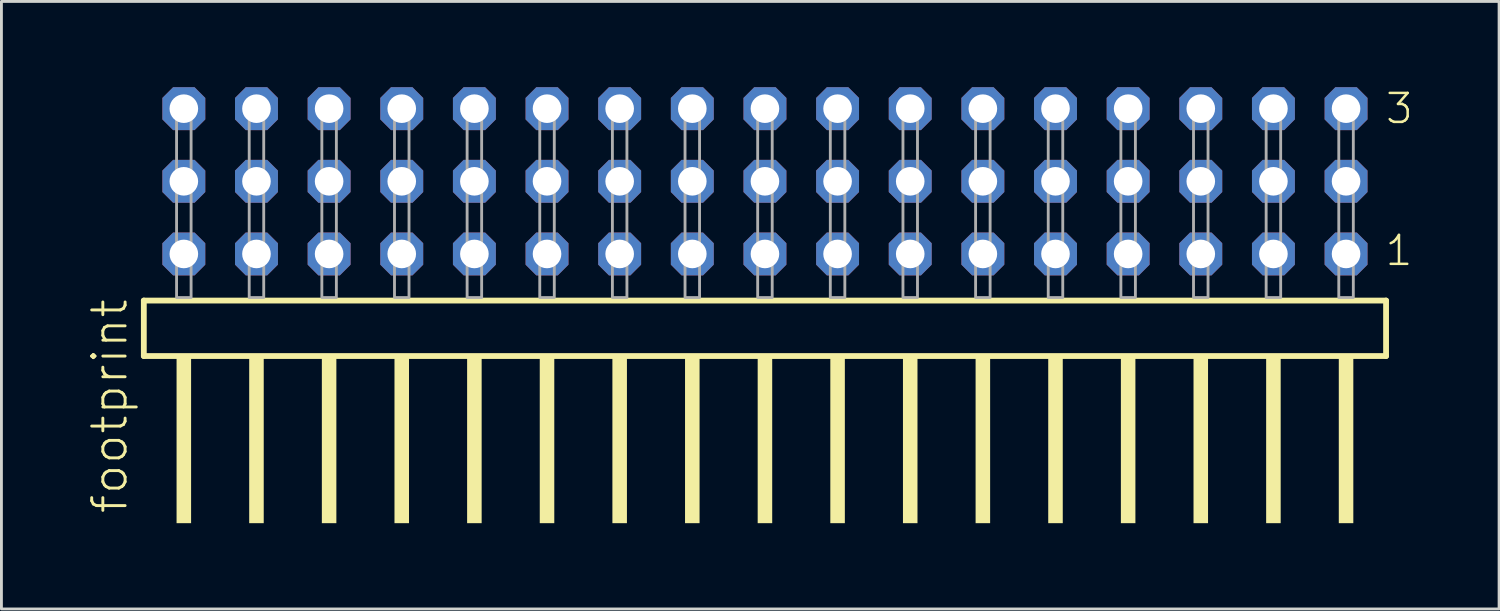
<source format=kicad_pcb>
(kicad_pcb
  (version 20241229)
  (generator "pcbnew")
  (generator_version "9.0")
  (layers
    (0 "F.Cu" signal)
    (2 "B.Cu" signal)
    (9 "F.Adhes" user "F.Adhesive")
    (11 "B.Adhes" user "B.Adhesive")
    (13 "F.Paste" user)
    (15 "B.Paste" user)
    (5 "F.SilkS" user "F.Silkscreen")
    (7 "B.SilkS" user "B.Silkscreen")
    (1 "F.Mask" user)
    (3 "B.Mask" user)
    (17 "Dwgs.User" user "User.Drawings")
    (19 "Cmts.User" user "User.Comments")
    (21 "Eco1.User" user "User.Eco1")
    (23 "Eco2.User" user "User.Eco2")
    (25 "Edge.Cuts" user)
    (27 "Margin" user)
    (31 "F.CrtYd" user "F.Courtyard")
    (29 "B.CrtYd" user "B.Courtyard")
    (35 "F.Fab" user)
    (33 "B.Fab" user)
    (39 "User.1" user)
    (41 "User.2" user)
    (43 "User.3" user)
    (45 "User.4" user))
  (footprint "footprint"
    (layer "F.Cu")
    (at 23.698 7.354)
    (property "Reference" "footprint" (at -22.225 7.62 90) (layer "F.SilkS") (effects (font (size 1.168 1.168) (thickness 0.102)) (justify left bottom)))
    (fp_line (start -21.719 0.106) (end -21.719 2.046) (stroke (width 0.203) (type solid)) (layer "F.SilkS"))
    (fp_line (start -21.719 2.046) (end 21.719 2.046) (stroke (width 0.203) (type solid)) (layer "F.SilkS"))
    (fp_line (start 21.719 0.106) (end -21.719 0.106) (stroke (width 0.203) (type solid)) (layer "F.SilkS"))
    (fp_line (start 21.719 2.046) (end 21.719 0.106) (stroke (width 0.203) (type solid)) (layer "F.SilkS"))
    (fp_poly (pts (xy -20.574 7.89) (xy -20.066 7.89) (xy -20.066 2.04) (xy -20.574 2.04)) (stroke (width 0) (type solid)) (fill yes) (layer "F.SilkS"))
    (fp_poly (pts (xy -18.034 7.89) (xy -17.526 7.89) (xy -17.526 2.04) (xy -18.034 2.04)) (stroke (width 0) (type solid)) (fill yes) (layer "F.SilkS"))
    (fp_poly (pts (xy -15.494 7.89) (xy -14.986 7.89) (xy -14.986 2.04) (xy -15.494 2.04)) (stroke (width 0) (type solid)) (fill yes) (layer "F.SilkS"))
    (fp_poly (pts (xy -12.954 7.89) (xy -12.446 7.89) (xy -12.446 2.04) (xy -12.954 2.04)) (stroke (width 0) (type solid)) (fill yes) (layer "F.SilkS"))
    (fp_poly (pts (xy -10.414 7.89) (xy -9.906 7.89) (xy -9.906 2.04) (xy -10.414 2.04)) (stroke (width 0) (type solid)) (fill yes) (layer "F.SilkS"))
    (fp_poly (pts (xy -7.874 7.89) (xy -7.366 7.89) (xy -7.366 2.04) (xy -7.874 2.04)) (stroke (width 0) (type solid)) (fill yes) (layer "F.SilkS"))
    (fp_poly (pts (xy -5.334 7.89) (xy -4.826 7.89) (xy -4.826 2.04) (xy -5.334 2.04)) (stroke (width 0) (type solid)) (fill yes) (layer "F.SilkS"))
    (fp_poly (pts (xy -2.794 7.89) (xy -2.286 7.89) (xy -2.286 2.04) (xy -2.794 2.04)) (stroke (width 0) (type solid)) (fill yes) (layer "F.SilkS"))
    (fp_poly (pts (xy -0.254 7.89) (xy 0.254 7.89) (xy 0.254 2.04) (xy -0.254 2.04)) (stroke (width 0) (type solid)) (fill yes) (layer "F.SilkS"))
    (fp_poly (pts (xy 2.286 7.89) (xy 2.794 7.89) (xy 2.794 2.04) (xy 2.286 2.04)) (stroke (width 0) (type solid)) (fill yes) (layer "F.SilkS"))
    (fp_poly (pts (xy 4.826 7.89) (xy 5.334 7.89) (xy 5.334 2.04) (xy 4.826 2.04)) (stroke (width 0) (type solid)) (fill yes) (layer "F.SilkS"))
    (fp_poly (pts (xy 7.366 7.89) (xy 7.874 7.89) (xy 7.874 2.04) (xy 7.366 2.04)) (stroke (width 0) (type solid)) (fill yes) (layer "F.SilkS"))
    (fp_poly (pts (xy 9.906 7.89) (xy 10.414 7.89) (xy 10.414 2.04) (xy 9.906 2.04)) (stroke (width 0) (type solid)) (fill yes) (layer "F.SilkS"))
    (fp_poly (pts (xy 12.446 7.89) (xy 12.954 7.89) (xy 12.954 2.04) (xy 12.446 2.04)) (stroke (width 0) (type solid)) (fill yes) (layer "F.SilkS"))
    (fp_poly (pts (xy 14.986 7.89) (xy 15.494 7.89) (xy 15.494 2.04) (xy 14.986 2.04)) (stroke (width 0) (type solid)) (fill yes) (layer "F.SilkS"))
    (fp_poly (pts (xy 17.526 7.89) (xy 18.034 7.89) (xy 18.034 2.04) (xy 17.526 2.04)) (stroke (width 0) (type solid)) (fill yes) (layer "F.SilkS"))
    (fp_poly (pts (xy 20.066 7.89) (xy 20.574 7.89) (xy 20.574 2.04) (xy 20.066 2.04)) (stroke (width 0) (type solid)) (fill yes) (layer "F.SilkS"))
    (fp_poly (pts (xy -20.574 0) (xy -20.066 0) (xy -20.066 -6.858) (xy -20.574 -6.858)) (stroke (width 0.1) (type solid)) (fill no) (layer "F.Fab"))
    (fp_poly (pts (xy -18.034 0) (xy -17.526 0) (xy -17.526 -6.858) (xy -18.034 -6.858)) (stroke (width 0.1) (type solid)) (fill no) (layer "F.Fab"))
    (fp_poly (pts (xy -15.494 0) (xy -14.986 0) (xy -14.986 -6.858) (xy -15.494 -6.858)) (stroke (width 0.1) (type solid)) (fill no) (layer "F.Fab"))
    (fp_poly (pts (xy -12.954 0) (xy -12.446 0) (xy -12.446 -6.858) (xy -12.954 -6.858)) (stroke (width 0.1) (type solid)) (fill no) (layer "F.Fab"))
    (fp_poly (pts (xy -10.414 0) (xy -9.906 0) (xy -9.906 -6.858) (xy -10.414 -6.858)) (stroke (width 0.1) (type solid)) (fill no) (layer "F.Fab"))
    (fp_poly (pts (xy -7.874 0) (xy -7.366 0) (xy -7.366 -6.858) (xy -7.874 -6.858)) (stroke (width 0.1) (type solid)) (fill no) (layer "F.Fab"))
    (fp_poly (pts (xy -5.334 0) (xy -4.826 0) (xy -4.826 -6.858) (xy -5.334 -6.858)) (stroke (width 0.1) (type solid)) (fill no) (layer "F.Fab"))
    (fp_poly (pts (xy -2.794 0) (xy -2.286 0) (xy -2.286 -6.858) (xy -2.794 -6.858)) (stroke (width 0.1) (type solid)) (fill no) (layer "F.Fab"))
    (fp_poly (pts (xy -0.254 0) (xy 0.254 0) (xy 0.254 -6.858) (xy -0.254 -6.858)) (stroke (width 0.1) (type solid)) (fill no) (layer "F.Fab"))
    (fp_poly (pts (xy 2.286 0) (xy 2.794 0) (xy 2.794 -6.858) (xy 2.286 -6.858)) (stroke (width 0.1) (type solid)) (fill no) (layer "F.Fab"))
    (fp_poly (pts (xy 4.826 0) (xy 5.334 0) (xy 5.334 -6.858) (xy 4.826 -6.858)) (stroke (width 0.1) (type solid)) (fill no) (layer "F.Fab"))
    (fp_poly (pts (xy 7.366 0) (xy 7.874 0) (xy 7.874 -6.858) (xy 7.366 -6.858)) (stroke (width 0.1) (type solid)) (fill no) (layer "F.Fab"))
    (fp_poly (pts (xy 9.906 0) (xy 10.414 0) (xy 10.414 -6.858) (xy 9.906 -6.858)) (stroke (width 0.1) (type solid)) (fill no) (layer "F.Fab"))
    (fp_poly (pts (xy 12.446 0) (xy 12.954 0) (xy 12.954 -6.858) (xy 12.446 -6.858)) (stroke (width 0.1) (type solid)) (fill no) (layer "F.Fab"))
    (fp_poly (pts (xy 14.986 0) (xy 15.494 0) (xy 15.494 -6.858) (xy 14.986 -6.858)) (stroke (width 0.1) (type solid)) (fill no) (layer "F.Fab"))
    (fp_poly (pts (xy 17.526 0) (xy 18.034 0) (xy 18.034 -6.858) (xy 17.526 -6.858)) (stroke (width 0.1) (type solid)) (fill no) (layer "F.Fab"))
    (fp_poly (pts (xy 20.066 0) (xy 20.574 0) (xy 20.574 -6.858) (xy 20.066 -6.858)) (stroke (width 0.1) (type solid)) (fill no) (layer "F.Fab"))
    (fp_text user "1" (at 21.63 -1.05 0) (layer "F.SilkS") (effects (font (size 1.012 1.012) (thickness 0.088)) (justify left bottom)))
    (fp_text user "3" (at 21.645 -6.015 0) (layer "F.SilkS") (effects (font (size 1.012 1.012) (thickness 0.088)) (justify left bottom)))
    (pad "1" thru_hole roundrect (at 20.32 -1.524 180) (size 1.5 1.5) (drill 1) (layers "*.Cu" "*.Mask") (roundrect_rratio 0.25) (chamfer_ratio 0.25) (chamfer top_left top_right bottom_left bottom_right))
    (pad "2" thru_hole roundrect (at 20.32 -4.064 180) (size 1.5 1.5) (drill 1) (layers "*.Cu" "*.Mask") (roundrect_rratio 0.25) (chamfer_ratio 0.25) (chamfer top_left top_right bottom_left bottom_right))
    (pad "3" thru_hole roundrect (at 20.32 -6.604 180) (size 1.5 1.5) (drill 1) (layers "*.Cu" "*.Mask") (roundrect_rratio 0.25) (chamfer_ratio 0.25) (chamfer top_left top_right bottom_left bottom_right))
    (pad "4" thru_hole roundrect (at 17.78 -1.524 180) (size 1.5 1.5) (drill 1) (layers "*.Cu" "*.Mask") (roundrect_rratio 0.25) (chamfer_ratio 0.25) (chamfer top_left top_right bottom_left bottom_right))
    (pad "5" thru_hole roundrect (at 17.78 -4.064 180) (size 1.5 1.5) (drill 1) (layers "*.Cu" "*.Mask") (roundrect_rratio 0.25) (chamfer_ratio 0.25) (chamfer top_left top_right bottom_left bottom_right))
    (pad "6" thru_hole roundrect (at 17.78 -6.604 180) (size 1.5 1.5) (drill 1) (layers "*.Cu" "*.Mask") (roundrect_rratio 0.25) (chamfer_ratio 0.25) (chamfer top_left top_right bottom_left bottom_right))
    (pad "7" thru_hole roundrect (at 15.24 -1.524 180) (size 1.5 1.5) (drill 1) (layers "*.Cu" "*.Mask") (roundrect_rratio 0.25) (chamfer_ratio 0.25) (chamfer top_left top_right bottom_left bottom_right))
    (pad "8" thru_hole roundrect (at 15.24 -4.064 180) (size 1.5 1.5) (drill 1) (layers "*.Cu" "*.Mask") (roundrect_rratio 0.25) (chamfer_ratio 0.25) (chamfer top_left top_right bottom_left bottom_right))
    (pad "9" thru_hole roundrect (at 15.24 -6.604 180) (size 1.5 1.5) (drill 1) (layers "*.Cu" "*.Mask") (roundrect_rratio 0.25) (chamfer_ratio 0.25) (chamfer top_left top_right bottom_left bottom_right))
    (pad "10" thru_hole roundrect (at 12.7 -1.524 180) (size 1.5 1.5) (drill 1) (layers "*.Cu" "*.Mask") (roundrect_rratio 0.25) (chamfer_ratio 0.25) (chamfer top_left top_right bottom_left bottom_right))
    (pad "11" thru_hole roundrect (at 12.7 -4.064 180) (size 1.5 1.5) (drill 1) (layers "*.Cu" "*.Mask") (roundrect_rratio 0.25) (chamfer_ratio 0.25) (chamfer top_left top_right bottom_left bottom_right))
    (pad "12" thru_hole roundrect (at 12.7 -6.604 180) (size 1.5 1.5) (drill 1) (layers "*.Cu" "*.Mask") (roundrect_rratio 0.25) (chamfer_ratio 0.25) (chamfer top_left top_right bottom_left bottom_right))
    (pad "13" thru_hole roundrect (at 10.16 -1.524 180) (size 1.5 1.5) (drill 1) (layers "*.Cu" "*.Mask") (roundrect_rratio 0.25) (chamfer_ratio 0.25) (chamfer top_left top_right bottom_left bottom_right))
    (pad "14" thru_hole roundrect (at 10.16 -4.064 180) (size 1.5 1.5) (drill 1) (layers "*.Cu" "*.Mask") (roundrect_rratio 0.25) (chamfer_ratio 0.25) (chamfer top_left top_right bottom_left bottom_right))
    (pad "15" thru_hole roundrect (at 10.16 -6.604 180) (size 1.5 1.5) (drill 1) (layers "*.Cu" "*.Mask") (roundrect_rratio 0.25) (chamfer_ratio 0.25) (chamfer top_left top_right bottom_left bottom_right))
    (pad "16" thru_hole roundrect (at 7.62 -1.524 180) (size 1.5 1.5) (drill 1) (layers "*.Cu" "*.Mask") (roundrect_rratio 0.25) (chamfer_ratio 0.25) (chamfer top_left top_right bottom_left bottom_right))
    (pad "17" thru_hole roundrect (at 7.62 -4.064 180) (size 1.5 1.5) (drill 1) (layers "*.Cu" "*.Mask") (roundrect_rratio 0.25) (chamfer_ratio 0.25) (chamfer top_left top_right bottom_left bottom_right))
    (pad "18" thru_hole roundrect (at 7.62 -6.604 180) (size 1.5 1.5) (drill 1) (layers "*.Cu" "*.Mask") (roundrect_rratio 0.25) (chamfer_ratio 0.25) (chamfer top_left top_right bottom_left bottom_right))
    (pad "19" thru_hole roundrect (at 5.08 -1.524 180) (size 1.5 1.5) (drill 1) (layers "*.Cu" "*.Mask") (roundrect_rratio 0.25) (chamfer_ratio 0.25) (chamfer top_left top_right bottom_left bottom_right))
    (pad "20" thru_hole roundrect (at 5.08 -4.064 180) (size 1.5 1.5) (drill 1) (layers "*.Cu" "*.Mask") (roundrect_rratio 0.25) (chamfer_ratio 0.25) (chamfer top_left top_right bottom_left bottom_right))
    (pad "21" thru_hole roundrect (at 5.08 -6.604 180) (size 1.5 1.5) (drill 1) (layers "*.Cu" "*.Mask") (roundrect_rratio 0.25) (chamfer_ratio 0.25) (chamfer top_left top_right bottom_left bottom_right))
    (pad "22" thru_hole roundrect (at 2.54 -1.524 180) (size 1.5 1.5) (drill 1) (layers "*.Cu" "*.Mask") (roundrect_rratio 0.25) (chamfer_ratio 0.25) (chamfer top_left top_right bottom_left bottom_right))
    (pad "23" thru_hole roundrect (at 2.54 -4.064 180) (size 1.5 1.5) (drill 1) (layers "*.Cu" "*.Mask") (roundrect_rratio 0.25) (chamfer_ratio 0.25) (chamfer top_left top_right bottom_left bottom_right))
    (pad "24" thru_hole roundrect (at 2.54 -6.604 180) (size 1.5 1.5) (drill 1) (layers "*.Cu" "*.Mask") (roundrect_rratio 0.25) (chamfer_ratio 0.25) (chamfer top_left top_right bottom_left bottom_right))
    (pad "25" thru_hole roundrect (at 0 -1.524 180) (size 1.5 1.5) (drill 1) (layers "*.Cu" "*.Mask") (roundrect_rratio 0.25) (chamfer_ratio 0.25) (chamfer top_left top_right bottom_left bottom_right))
    (pad "26" thru_hole roundrect (at 0 -4.064 180) (size 1.5 1.5) (drill 1) (layers "*.Cu" "*.Mask") (roundrect_rratio 0.25) (chamfer_ratio 0.25) (chamfer top_left top_right bottom_left bottom_right))
    (pad "27" thru_hole roundrect (at 0 -6.604 180) (size 1.5 1.5) (drill 1) (layers "*.Cu" "*.Mask") (roundrect_rratio 0.25) (chamfer_ratio 0.25) (chamfer top_left top_right bottom_left bottom_right))
    (pad "28" thru_hole roundrect (at -2.54 -1.524 180) (size 1.5 1.5) (drill 1) (layers "*.Cu" "*.Mask") (roundrect_rratio 0.25) (chamfer_ratio 0.25) (chamfer top_left top_right bottom_left bottom_right))
    (pad "29" thru_hole roundrect (at -2.54 -4.064 180) (size 1.5 1.5) (drill 1) (layers "*.Cu" "*.Mask") (roundrect_rratio 0.25) (chamfer_ratio 0.25) (chamfer top_left top_right bottom_left bottom_right))
    (pad "30" thru_hole roundrect (at -2.54 -6.604 180) (size 1.5 1.5) (drill 1) (layers "*.Cu" "*.Mask") (roundrect_rratio 0.25) (chamfer_ratio 0.25) (chamfer top_left top_right bottom_left bottom_right))
    (pad "31" thru_hole roundrect (at -5.08 -1.524 180) (size 1.5 1.5) (drill 1) (layers "*.Cu" "*.Mask") (roundrect_rratio 0.25) (chamfer_ratio 0.25) (chamfer top_left top_right bottom_left bottom_right))
    (pad "32" thru_hole roundrect (at -5.08 -4.064 180) (size 1.5 1.5) (drill 1) (layers "*.Cu" "*.Mask") (roundrect_rratio 0.25) (chamfer_ratio 0.25) (chamfer top_left top_right bottom_left bottom_right))
    (pad "33" thru_hole roundrect (at -5.08 -6.604 180) (size 1.5 1.5) (drill 1) (layers "*.Cu" "*.Mask") (roundrect_rratio 0.25) (chamfer_ratio 0.25) (chamfer top_left top_right bottom_left bottom_right))
    (pad "34" thru_hole roundrect (at -7.62 -1.524 180) (size 1.5 1.5) (drill 1) (layers "*.Cu" "*.Mask") (roundrect_rratio 0.25) (chamfer_ratio 0.25) (chamfer top_left top_right bottom_left bottom_right))
    (pad "35" thru_hole roundrect (at -7.62 -4.064 180) (size 1.5 1.5) (drill 1) (layers "*.Cu" "*.Mask") (roundrect_rratio 0.25) (chamfer_ratio 0.25) (chamfer top_left top_right bottom_left bottom_right))
    (pad "36" thru_hole roundrect (at -7.62 -6.604 180) (size 1.5 1.5) (drill 1) (layers "*.Cu" "*.Mask") (roundrect_rratio 0.25) (chamfer_ratio 0.25) (chamfer top_left top_right bottom_left bottom_right))
    (pad "37" thru_hole roundrect (at -10.16 -1.524 180) (size 1.5 1.5) (drill 1) (layers "*.Cu" "*.Mask") (roundrect_rratio 0.25) (chamfer_ratio 0.25) (chamfer top_left top_right bottom_left bottom_right))
    (pad "38" thru_hole roundrect (at -10.16 -4.064 180) (size 1.5 1.5) (drill 1) (layers "*.Cu" "*.Mask") (roundrect_rratio 0.25) (chamfer_ratio 0.25) (chamfer top_left top_right bottom_left bottom_right))
    (pad "39" thru_hole roundrect (at -10.16 -6.604 180) (size 1.5 1.5) (drill 1) (layers "*.Cu" "*.Mask") (roundrect_rratio 0.25) (chamfer_ratio 0.25) (chamfer top_left top_right bottom_left bottom_right))
    (pad "40" thru_hole roundrect (at -12.7 -1.524 180) (size 1.5 1.5) (drill 1) (layers "*.Cu" "*.Mask") (roundrect_rratio 0.25) (chamfer_ratio 0.25) (chamfer top_left top_right bottom_left bottom_right))
    (pad "41" thru_hole roundrect (at -12.7 -4.064 180) (size 1.5 1.5) (drill 1) (layers "*.Cu" "*.Mask") (roundrect_rratio 0.25) (chamfer_ratio 0.25) (chamfer top_left top_right bottom_left bottom_right))
    (pad "42" thru_hole roundrect (at -12.7 -6.604 180) (size 1.5 1.5) (drill 1) (layers "*.Cu" "*.Mask") (roundrect_rratio 0.25) (chamfer_ratio 0.25) (chamfer top_left top_right bottom_left bottom_right))
    (pad "43" thru_hole roundrect (at -15.24 -1.524 180) (size 1.5 1.5) (drill 1) (layers "*.Cu" "*.Mask") (roundrect_rratio 0.25) (chamfer_ratio 0.25) (chamfer top_left top_right bottom_left bottom_right))
    (pad "44" thru_hole roundrect (at -15.24 -4.064 180) (size 1.5 1.5) (drill 1) (layers "*.Cu" "*.Mask") (roundrect_rratio 0.25) (chamfer_ratio 0.25) (chamfer top_left top_right bottom_left bottom_right))
    (pad "45" thru_hole roundrect (at -15.24 -6.604 180) (size 1.5 1.5) (drill 1) (layers "*.Cu" "*.Mask") (roundrect_rratio 0.25) (chamfer_ratio 0.25) (chamfer top_left top_right bottom_left bottom_right))
    (pad "46" thru_hole roundrect (at -17.78 -1.524 180) (size 1.5 1.5) (drill 1) (layers "*.Cu" "*.Mask") (roundrect_rratio 0.25) (chamfer_ratio 0.25) (chamfer top_left top_right bottom_left bottom_right))
    (pad "47" thru_hole roundrect (at -17.78 -4.064 180) (size 1.5 1.5) (drill 1) (layers "*.Cu" "*.Mask") (roundrect_rratio 0.25) (chamfer_ratio 0.25) (chamfer top_left top_right bottom_left bottom_right))
    (pad "48" thru_hole roundrect (at -17.78 -6.604 180) (size 1.5 1.5) (drill 1) (layers "*.Cu" "*.Mask") (roundrect_rratio 0.25) (chamfer_ratio 0.25) (chamfer top_left top_right bottom_left bottom_right))
    (pad "49" thru_hole roundrect (at -20.32 -1.524 180) (size 1.5 1.5) (drill 1) (layers "*.Cu" "*.Mask") (roundrect_rratio 0.25) (chamfer_ratio 0.25) (chamfer top_left top_right bottom_left bottom_right))
    (pad "50" thru_hole roundrect (at -20.32 -4.064 180) (size 1.5 1.5) (drill 1) (layers "*.Cu" "*.Mask") (roundrect_rratio 0.25) (chamfer_ratio 0.25) (chamfer top_left top_right bottom_left bottom_right))
    (pad "51" thru_hole roundrect (at -20.32 -6.604 180) (size 1.5 1.5) (drill 1) (layers "*.Cu" "*.Mask") (roundrect_rratio 0.25) (chamfer_ratio 0.25) (chamfer top_left top_right bottom_left bottom_right)))
  (gr_rect
    (start -3 -3)
    (end 49.369 18.244)
    (stroke (width 0.1) (type default))
    (fill no)
    (layer "Edge.Cuts")))
</source>
